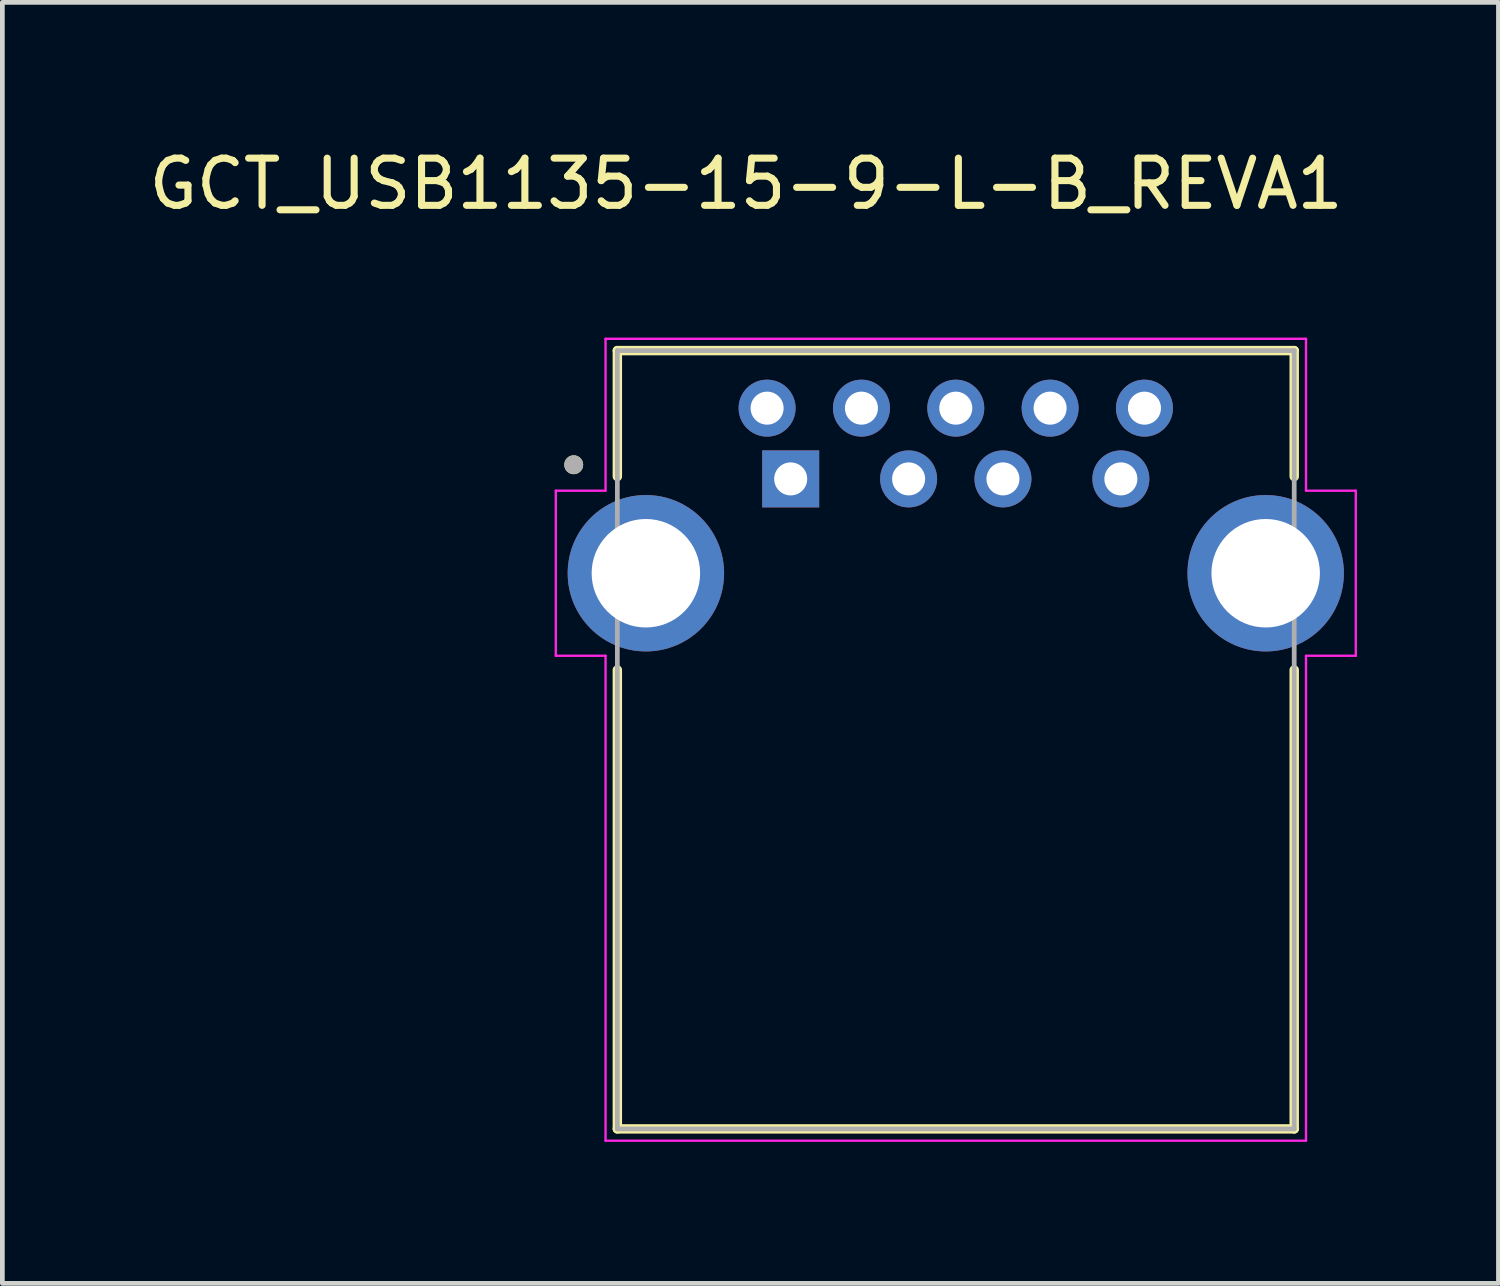
<source format=kicad_pcb>
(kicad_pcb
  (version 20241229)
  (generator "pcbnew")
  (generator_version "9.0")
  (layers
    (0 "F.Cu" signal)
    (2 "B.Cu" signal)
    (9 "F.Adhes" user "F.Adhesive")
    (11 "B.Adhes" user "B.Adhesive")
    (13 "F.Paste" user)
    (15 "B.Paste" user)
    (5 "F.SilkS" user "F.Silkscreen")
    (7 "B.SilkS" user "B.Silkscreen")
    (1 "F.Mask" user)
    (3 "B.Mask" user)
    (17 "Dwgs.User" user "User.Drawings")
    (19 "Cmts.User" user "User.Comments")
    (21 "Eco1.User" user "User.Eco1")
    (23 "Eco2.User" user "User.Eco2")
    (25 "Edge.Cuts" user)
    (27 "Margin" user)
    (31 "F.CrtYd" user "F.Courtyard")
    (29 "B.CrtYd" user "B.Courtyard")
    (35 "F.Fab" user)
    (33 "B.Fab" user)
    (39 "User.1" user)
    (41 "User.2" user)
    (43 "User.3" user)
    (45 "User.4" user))
  (footprint "GCT_USB1135-15-9-L-B_REVA1"
    (layer "F.Cu")
    (at 17.213 9.103)
    (property "Reference" "GCT_USB1135-15-9-L-B_REVA1" (at -4.445 -8.255 0) (layer "F.SilkS") (effects (font (size 1 1) (thickness 0.15))))
    (attr through_hole)
    (fp_line (start -7.175 -4.72) (end -7.175 -2.05) (stroke (width 0.2) (type solid)) (layer "F.SilkS"))
    (fp_line (start -7.175 -4.72) (end 7.175 -4.72) (stroke (width 0.2) (type solid)) (layer "F.SilkS"))
    (fp_line (start -7.175 2.05) (end -7.175 11.78) (stroke (width 0.2) (type solid)) (layer "F.SilkS"))
    (fp_line (start -7.175 11.78) (end 7.175 11.78) (stroke (width 0.2) (type solid)) (layer "F.SilkS"))
    (fp_line (start 7.175 -4.72) (end 7.175 -2.05) (stroke (width 0.2) (type solid)) (layer "F.SilkS"))
    (fp_line (start 7.175 11.78) (end 7.175 2.05) (stroke (width 0.2) (type solid)) (layer "F.SilkS"))
    (fp_circle (center -8.1 -2.3) (end -8 -2.3) (stroke (width 0.2) (type solid)) (fill no) (layer "F.SilkS"))
    (fp_line (start -8.48 -1.75) (end -7.425 -1.75) (stroke (width 0.05) (type solid)) (layer "F.CrtYd"))
    (fp_line (start -8.48 1.75) (end -8.48 -1.75) (stroke (width 0.05) (type solid)) (layer "F.CrtYd"))
    (fp_line (start -7.425 -4.97) (end 7.425 -4.97) (stroke (width 0.05) (type solid)) (layer "F.CrtYd"))
    (fp_line (start -7.425 -1.75) (end -7.425 -4.97) (stroke (width 0.05) (type solid)) (layer "F.CrtYd"))
    (fp_line (start -7.425 1.75) (end -8.48 1.75) (stroke (width 0.05) (type solid)) (layer "F.CrtYd"))
    (fp_line (start -7.425 12.03) (end -7.425 1.75) (stroke (width 0.05) (type solid)) (layer "F.CrtYd"))
    (fp_line (start 7.425 -4.97) (end 7.425 -1.75) (stroke (width 0.05) (type solid)) (layer "F.CrtYd"))
    (fp_line (start 7.425 -1.75) (end 8.48 -1.75) (stroke (width 0.05) (type solid)) (layer "F.CrtYd"))
    (fp_line (start 7.425 1.75) (end 7.425 12.03) (stroke (width 0.05) (type solid)) (layer "F.CrtYd"))
    (fp_line (start 7.425 12.03) (end -7.425 12.03) (stroke (width 0.05) (type solid)) (layer "F.CrtYd"))
    (fp_line (start 8.48 -1.75) (end 8.48 1.75) (stroke (width 0.05) (type solid)) (layer "F.CrtYd"))
    (fp_line (start 8.48 1.75) (end 7.425 1.75) (stroke (width 0.05) (type solid)) (layer "F.CrtYd"))
    (fp_line (start -7.175 -4.72) (end 7.175 -4.72) (stroke (width 0.1) (type solid)) (layer "F.Fab"))
    (fp_line (start -7.175 11.78) (end -7.175 -4.72) (stroke (width 0.1) (type solid)) (layer "F.Fab"))
    (fp_line (start 7.175 -4.72) (end 7.175 11.78) (stroke (width 0.1) (type solid)) (layer "F.Fab"))
    (fp_line (start 7.175 11.78) (end -7.175 11.78) (stroke (width 0.1) (type solid)) (layer "F.Fab"))
    (fp_circle (center -8.1 -2.3) (end -8 -2.3) (stroke (width 0.2) (type solid)) (fill no) (layer "F.Fab"))
    (pad "1" thru_hole rect (at -3.5 -2) (size 1.208 1.208) (drill 0.7) (layers "*.Cu" "*.Mask"))
    (pad "2" thru_hole circle (at -1 -2) (size 1.208 1.208) (drill 0.7) (layers "*.Cu" "*.Mask"))
    (pad "3" thru_hole circle (at 1 -2) (size 1.208 1.208) (drill 0.7) (layers "*.Cu" "*.Mask"))
    (pad "4" thru_hole circle (at 3.5 -2) (size 1.208 1.208) (drill 0.7) (layers "*.Cu" "*.Mask"))
    (pad "5" thru_hole circle (at 4 -3.5) (size 1.208 1.208) (drill 0.7) (layers "*.Cu" "*.Mask"))
    (pad "6" thru_hole circle (at 2 -3.5) (size 1.208 1.208) (drill 0.7) (layers "*.Cu" "*.Mask"))
    (pad "7" thru_hole circle (at 0 -3.5) (size 1.208 1.208) (drill 0.7) (layers "*.Cu" "*.Mask"))
    (pad "8" thru_hole circle (at -2 -3.5) (size 1.208 1.208) (drill 0.7) (layers "*.Cu" "*.Mask"))
    (pad "9" thru_hole circle (at -4 -3.5) (size 1.208 1.208) (drill 0.7) (layers "*.Cu" "*.Mask"))
    (pad "S1" thru_hole circle (at -6.57 0) (size 3.316 3.316) (drill 2.3) (layers "*.Cu" "*.Mask"))
    (pad "S2" thru_hole circle (at 6.57 0) (size 3.316 3.316) (drill 2.3) (layers "*.Cu" "*.Mask")))
  (gr_rect
    (start -3 -3)
    (end 28.718 24.158)
    (stroke (width 0.1) (type default))
    (fill no)
    (layer "Edge.Cuts")))
</source>
